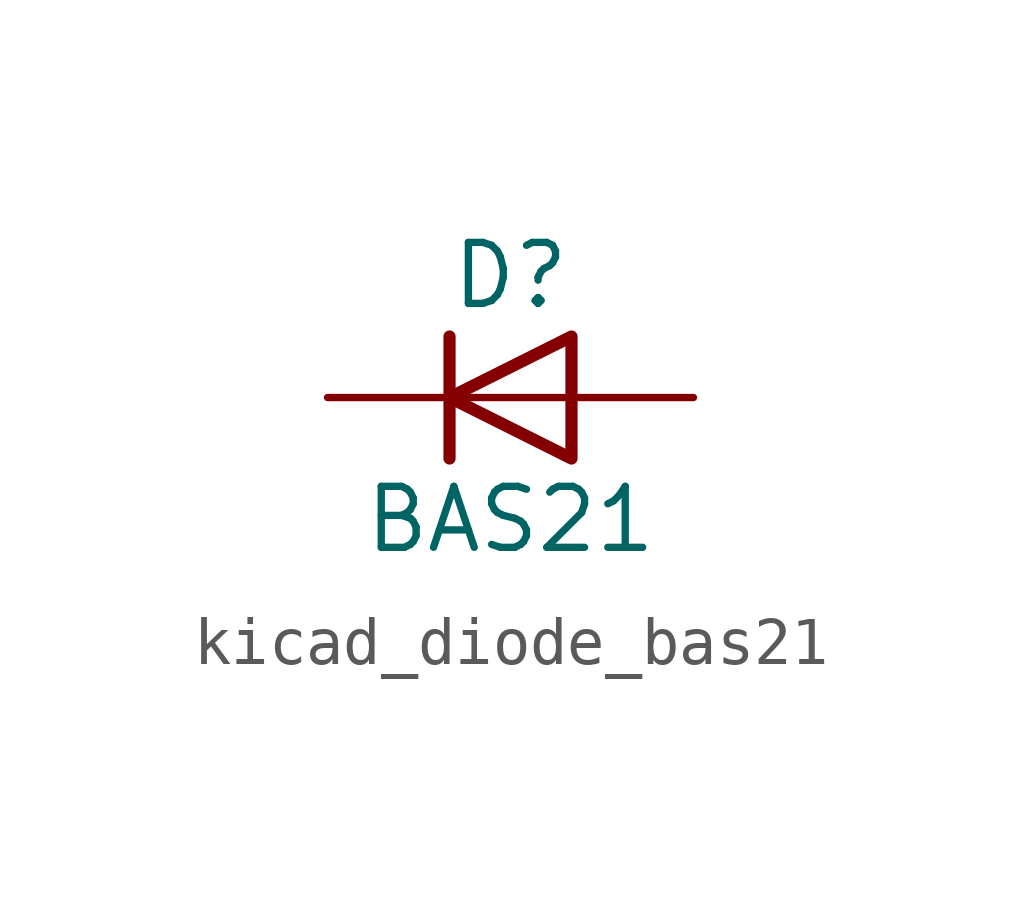
<source format=kicad_sym>
(kicad_symbol_lib
  (version 20220914)
  (generator kicad_symbol_editor)
  (symbol "kicad_diode_bas21"
    (pin_numbers hide)
    (pin_names hide)
    (property "Reference" "D"
      (at 0 2.54 0)
      (effects (font (size 1.27 1.27))))
    (property "Value" "BAS21"
      (at 0 -2.54 0)
      (effects (font (size 1.27 1.27))))
    (symbol "kicad_diode_bas21_0_1"
      (polyline (pts (xy -1.27 1.27) (xy -1.27 -1.27)) (stroke (width 0.254) (type default)) (fill (type none)))
      (polyline (pts (xy 1.27 0) (xy -1.27 0)) (stroke (width 0) (type default)) (fill (type none)))
      (polyline (pts (xy 1.27 1.27) (xy 1.27 -1.27) (xy -1.27 0) (xy 1.27 1.27)) (stroke (width 0.254) (type default)) (fill (type none))))
    (symbol "kicad_diode_bas21_1_1"
      (pin passive line (at 3.81 0 180) (length 2.54) (name "A" (effects (font (size 1.27 1.27)))) (number "1" (effects (font (size 1.27 1.27)))))
      (pin no_connect line (at -1.27 0 0) (length 2.54) hide (name "NC" (effects (font (size 1.27 1.27)))) (number "2" (effects (font (size 1.27 1.27)))))
      (pin passive line (at -3.81 0 0) (length 2.54) (name "K" (effects (font (size 1.27 1.27)))) (number "3" (effects (font (size 1.27 1.27))))))))
</source>
